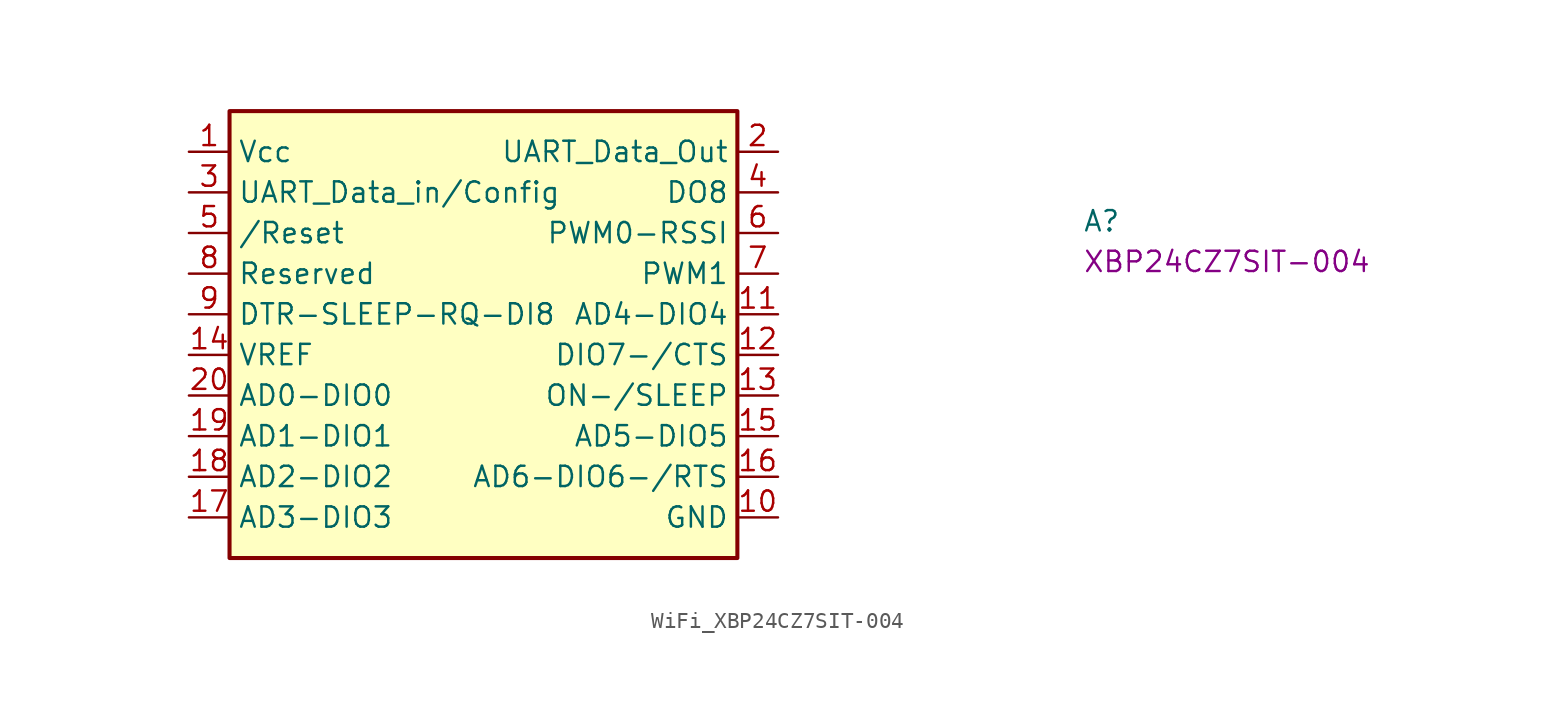
<source format=kicad_sym>
(kicad_symbol_lib
  (version 20220914)
  (generator kicad_symbol_editor)
  (symbol "WiFi_XBP24CZ7SIT-004"
    (property "Reference" "A"
      (at 55.88 -5.08 0)
      (effects (font (size 1.27 1.27) (thickness 0.15)) (justify left bottom)))
    (property "MPN" "XBP24CZ7SIT-004"
      (at 55.88 -7.62 0)
      (effects (font (size 1.27 1.27) (thickness 0.15)) (justify left bottom)))
    (symbol "WiFi_XBP24CZ7SIT-004_1_1"
      (rectangle (start 2.54 2.54) (end 34.29 -25.4) (stroke (width 0.254) (type default)) (fill (type background)))
      (pin power_in line (at 0 0 0) (length 2.54) (name "Vcc" (effects (font (size 1.27 1.27)))) (number "1" (effects (font (size 1.27 1.27)))))
      (pin power_in line (at 36.83 -22.86 180) (length 2.54) (name "GND" (effects (font (size 1.27 1.27)))) (number "10" (effects (font (size 1.27 1.27)))))
      (pin bidirectional line (at 36.83 -10.16 180) (length 2.54) (name "AD4-DIO4" (effects (font (size 1.27 1.27)))) (number "11" (effects (font (size 1.27 1.27)))))
      (pin bidirectional line (at 36.83 -12.7 180) (length 2.54) (name "DIO7-/CTS" (effects (font (size 1.27 1.27)))) (number "12" (effects (font (size 1.27 1.27)))))
      (pin output line (at 36.83 -15.24 180) (length 2.54) (name "ON-/SLEEP" (effects (font (size 1.27 1.27)))) (number "13" (effects (font (size 1.27 1.27)))))
      (pin input line (at 0 -12.7 0) (length 2.54) (name "VREF" (effects (font (size 1.27 1.27)))) (number "14" (effects (font (size 1.27 1.27)))))
      (pin bidirectional line (at 36.83 -17.78 180) (length 2.54) (name "AD5-DIO5" (effects (font (size 1.27 1.27)))) (number "15" (effects (font (size 1.27 1.27)))))
      (pin bidirectional line (at 36.83 -20.32 180) (length 2.54) (name "AD6-DIO6-/RTS" (effects (font (size 1.27 1.27)))) (number "16" (effects (font (size 1.27 1.27)))))
      (pin bidirectional line (at 0 -22.86 0) (length 2.54) (name "AD3-DIO3" (effects (font (size 1.27 1.27)))) (number "17" (effects (font (size 1.27 1.27)))))
      (pin bidirectional line (at 0 -20.32 0) (length 2.54) (name "AD2-DIO2" (effects (font (size 1.27 1.27)))) (number "18" (effects (font (size 1.27 1.27)))))
      (pin bidirectional line (at 0 -17.78 0) (length 2.54) (name "AD1-DIO1" (effects (font (size 1.27 1.27)))) (number "19" (effects (font (size 1.27 1.27)))))
      (pin output line (at 36.83 0 180) (length 2.54) (name "UART_Data_Out" (effects (font (size 1.27 1.27)))) (number "2" (effects (font (size 1.27 1.27)))))
      (pin bidirectional line (at 0 -15.24 0) (length 2.54) (name "AD0-DIO0" (effects (font (size 1.27 1.27)))) (number "20" (effects (font (size 1.27 1.27)))))
      (pin input line (at 0 -2.54 0) (length 2.54) (name "UART_Data_in/Config" (effects (font (size 1.27 1.27)))) (number "3" (effects (font (size 1.27 1.27)))))
      (pin output line (at 36.83 -2.54 180) (length 2.54) (name "DO8" (effects (font (size 1.27 1.27)))) (number "4" (effects (font (size 1.27 1.27)))))
      (pin input line (at 0 -5.08 0) (length 2.54) (name "/Reset" (effects (font (size 1.27 1.27)))) (number "5" (effects (font (size 1.27 1.27)))))
      (pin output line (at 36.83 -5.08 180) (length 2.54) (name "PWM0-RSSI" (effects (font (size 1.27 1.27)))) (number "6" (effects (font (size 1.27 1.27)))))
      (pin output line (at 36.83 -7.62 180) (length 2.54) (name "PWM1" (effects (font (size 1.27 1.27)))) (number "7" (effects (font (size 1.27 1.27)))))
      (pin bidirectional line (at 0 -7.62 0) (length 2.54) (name "Reserved" (effects (font (size 1.27 1.27)))) (number "8" (effects (font (size 1.27 1.27)))))
      (pin input line (at 0 -10.16 0) (length 2.54) (name "DTR-SLEEP-RQ-DI8" (effects (font (size 1.27 1.27)))) (number "9" (effects (font (size 1.27 1.27))))))))
</source>
